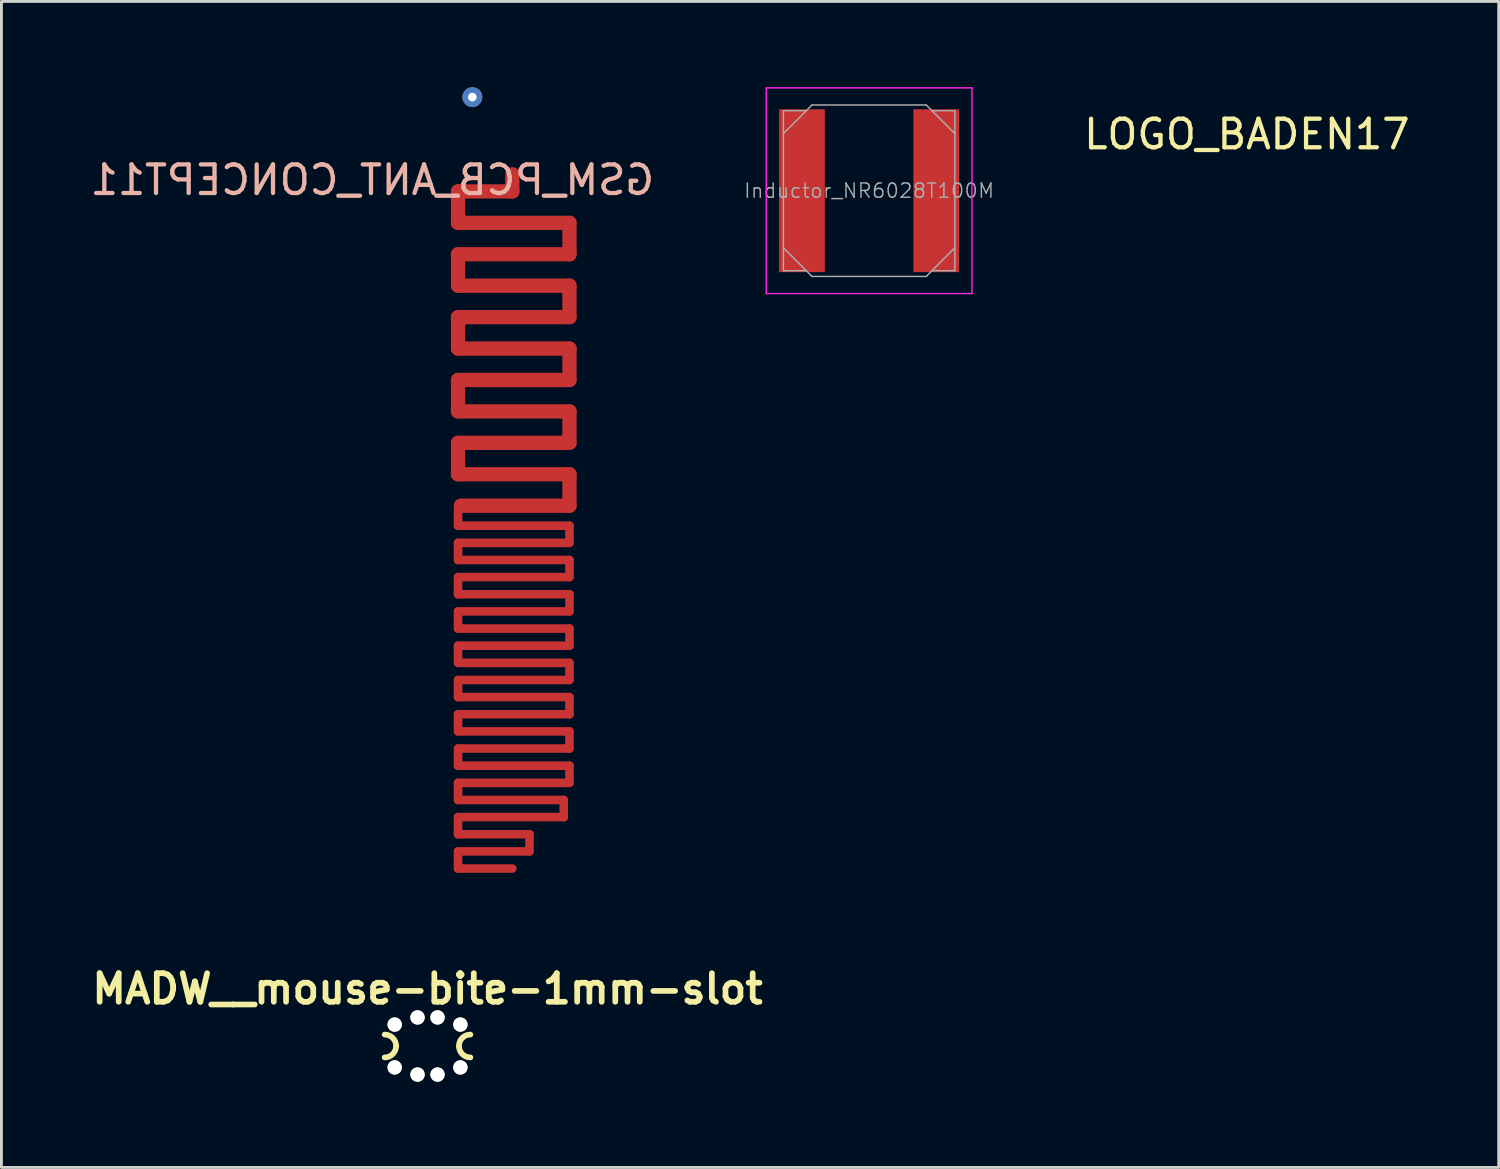
<source format=kicad_pcb>
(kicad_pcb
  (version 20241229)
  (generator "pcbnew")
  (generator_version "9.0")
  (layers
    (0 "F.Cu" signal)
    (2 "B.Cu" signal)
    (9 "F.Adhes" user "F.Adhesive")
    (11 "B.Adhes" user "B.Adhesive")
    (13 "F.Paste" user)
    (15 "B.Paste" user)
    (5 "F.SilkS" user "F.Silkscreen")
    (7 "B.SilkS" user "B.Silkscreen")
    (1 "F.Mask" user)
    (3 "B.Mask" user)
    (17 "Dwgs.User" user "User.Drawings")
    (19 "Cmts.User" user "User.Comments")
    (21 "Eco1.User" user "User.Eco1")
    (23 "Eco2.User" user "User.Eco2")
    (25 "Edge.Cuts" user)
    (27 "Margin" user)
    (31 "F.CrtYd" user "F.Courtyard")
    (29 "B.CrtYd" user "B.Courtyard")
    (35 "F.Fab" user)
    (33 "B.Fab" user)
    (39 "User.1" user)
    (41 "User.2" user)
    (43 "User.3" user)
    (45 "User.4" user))
  (footprint "LOGO_BADEN17"
    (layer "F.Cu")
    (at 40.592 0.3)
    (property "Reference" "LOGO_BADEN17" (at 0 1.35 0) (layer "F.SilkS") (effects (font (size 1 1) (thickness 0.15))))
    (attr through_hole)
    (fp_line (start -1.05 -0.25) (end -1.05 0.2) (stroke (width 0.1) (type solid)) (layer "F.Mask"))
    (fp_line (start -1.05 -0.05) (end -0.95 -0.05) (stroke (width 0.1) (type solid)) (layer "F.Mask"))
    (fp_line (start -1.05 0.2) (end -0.95 0.2) (stroke (width 0.1) (type solid)) (layer "F.Mask"))
    (fp_line (start -0.95 -0.25) (end -1.05 -0.25) (stroke (width 0.1) (type solid)) (layer "F.Mask"))
    (fp_line (start -0.95 -0.05) (end -0.85 0.05) (stroke (width 0.1) (type solid)) (layer "F.Mask"))
    (fp_line (start -0.95 0.2) (end -0.85 0.1) (stroke (width 0.1) (type solid)) (layer "F.Mask"))
    (fp_line (start -0.85 -0.15) (end -0.95 -0.25) (stroke (width 0.1) (type solid)) (layer "F.Mask"))
    (fp_line (start -0.85 -0.15) (end -0.95 -0.05) (stroke (width 0.1) (type solid)) (layer "F.Mask"))
    (fp_line (start -0.85 0.1) (end -0.85 0.05) (stroke (width 0.1) (type solid)) (layer "F.Mask"))
    (fp_line (start -0.65 -0.15) (end -0.65 0.2) (stroke (width 0.1) (type solid)) (layer "F.Mask"))
    (fp_line (start -0.65 0) (end -0.45 0) (stroke (width 0.1) (type solid)) (layer "F.Mask"))
    (fp_line (start -0.55 -0.25) (end -0.65 -0.15) (stroke (width 0.1) (type solid)) (layer "F.Mask"))
    (fp_line (start -0.55 -0.25) (end -0.45 -0.25) (stroke (width 0.1) (type solid)) (layer "F.Mask"))
    (fp_line (start -0.45 0.2) (end -0.45 -0.25) (stroke (width 0.1) (type solid)) (layer "F.Mask"))
    (fp_line (start -0.25 -0.25) (end -0.25 0.2) (stroke (width 0.1) (type solid)) (layer "F.Mask"))
    (fp_line (start -0.25 0.2) (end -0.15 0.2) (stroke (width 0.1) (type solid)) (layer "F.Mask"))
    (fp_line (start -0.15 -0.25) (end -0.25 -0.25) (stroke (width 0.1) (type solid)) (layer "F.Mask"))
    (fp_line (start -0.15 0.2) (end -0.05 0.1) (stroke (width 0.1) (type solid)) (layer "F.Mask"))
    (fp_line (start -0.05 -0.15) (end -0.15 -0.25) (stroke (width 0.1) (type solid)) (layer "F.Mask"))
    (fp_line (start -0.05 0.1) (end -0.05 -0.15) (stroke (width 0.1) (type solid)) (layer "F.Mask"))
    (fp_line (start 0.15 -0.25) (end 0.15 0.2) (stroke (width 0.1) (type solid)) (layer "F.Mask"))
    (fp_line (start 0.15 -0.025) (end 0.25 -0.025) (stroke (width 0.1) (type solid)) (layer "F.Mask"))
    (fp_line (start 0.15 0.2) (end 0.35 0.2) (stroke (width 0.1) (type solid)) (layer "F.Mask"))
    (fp_line (start 0.35 -0.25) (end 0.15 -0.25) (stroke (width 0.1) (type solid)) (layer "F.Mask"))
    (fp_line (start 0.55 -0.25) (end 0.55 0.2) (stroke (width 0.1) (type solid)) (layer "F.Mask"))
    (fp_line (start 0.75 0.125) (end 0.55 -0.175) (stroke (width 0.1) (type solid)) (layer "F.Mask"))
    (fp_line (start 0.75 0.2) (end 0.75 -0.25) (stroke (width 0.1) (type solid)) (layer "F.Mask"))
    (fp_line (start 0.95 -0.15) (end 0.95 -0.25) (stroke (width 0.1) (type solid)) (layer "F.Mask"))
    (fp_line (start 1.15 -0.25) (end 1.15 0.2) (stroke (width 0.1) (type solid)) (layer "F.Mask"))
    (fp_line (start 1.4 0.2) (end 1.55 -0.25) (stroke (width 0.1) (type solid)) (layer "F.Mask"))
    (fp_line (start 1.55 -0.25) (end 1.35 -0.25) (stroke (width 0.1) (type solid)) (layer "F.Mask")))
  (footprint "GSM_PCB_ANT_CONCEPT11"
    (layer "F.Cu")
    (at 14.882 3.05)
    (property "Reference" "GSM_PCB_ANT_CONCEPT11" (at -4.9 0.2 0) (layer "B.SilkS") (effects (font (size 1 1) (thickness 0.15)) (justify mirror)))
    (attr through_hole)
    (fp_line (start -1.9 0.6) (end -1.9 1.7) (stroke (width 0.5) (type solid)) (layer "F.Cu"))
    (fp_line (start -1.9 2.8) (end -1.9 3.9) (stroke (width 0.5) (type solid)) (layer "F.Cu"))
    (fp_line (start -1.9 5) (end -1.9 6.1) (stroke (width 0.5) (type solid)) (layer "F.Cu"))
    (fp_line (start -1.9 7.2) (end -1.9 8.3) (stroke (width 0.5) (type solid)) (layer "F.Cu"))
    (fp_line (start -1.9 9.4) (end -1.9 10.5) (stroke (width 0.5) (type solid)) (layer "F.Cu"))
    (fp_line (start -1.9 11.7) (end -1.9 12.3) (stroke (width 0.3) (type solid)) (layer "F.Cu"))
    (fp_line (start -1.9 12.9) (end -1.9 13.5) (stroke (width 0.3) (type solid)) (layer "F.Cu"))
    (fp_line (start -1.9 14.1) (end -1.9 14.7) (stroke (width 0.3) (type solid)) (layer "F.Cu"))
    (fp_line (start -1.9 15.3) (end -1.9 15.9) (stroke (width 0.3) (type solid)) (layer "F.Cu"))
    (fp_line (start -1.9 16.5) (end -1.9 17.1) (stroke (width 0.3) (type solid)) (layer "F.Cu"))
    (fp_line (start -1.9 17.7) (end -1.9 18.3) (stroke (width 0.3) (type solid)) (layer "F.Cu"))
    (fp_line (start -1.9 18.9) (end -1.9 19.5) (stroke (width 0.3) (type solid)) (layer "F.Cu"))
    (fp_line (start -1.9 20.1) (end -1.9 20.7) (stroke (width 0.3) (type solid)) (layer "F.Cu"))
    (fp_line (start -1.9 21.3) (end -1.9 21.9) (stroke (width 0.3) (type solid)) (layer "F.Cu"))
    (fp_line (start -1.9 22.5) (end -1.9 23.1) (stroke (width 0.3) (type solid)) (layer "F.Cu"))
    (fp_line (start -1.9 23.7) (end -1.9 24.3) (stroke (width 0.3) (type solid)) (layer "F.Cu"))
    (fp_line (start 0 0) (end 0 0.6) (stroke (width 0.5) (type solid)) (layer "F.Cu"))
    (fp_line (start 0 0.6) (end -1.9 0.6) (stroke (width 0.5) (type solid)) (layer "F.Cu"))
    (fp_line (start 0 24.3) (end -1.9 24.3) (stroke (width 0.3) (type solid)) (layer "F.Cu"))
    (fp_line (start 0.6 23.1) (end -1.9 23.1) (stroke (width 0.3) (type solid)) (layer "F.Cu"))
    (fp_line (start 0.6 23.1) (end 0.6 23.7) (stroke (width 0.3) (type solid)) (layer "F.Cu"))
    (fp_line (start 0.6 23.7) (end -1.9 23.7) (stroke (width 0.3) (type solid)) (layer "F.Cu"))
    (fp_line (start 1.8 21.9) (end -1.9 21.9) (stroke (width 0.3) (type solid)) (layer "F.Cu"))
    (fp_line (start 1.8 21.9) (end 1.8 22.5) (stroke (width 0.3) (type solid)) (layer "F.Cu"))
    (fp_line (start 1.8 22.5) (end -1.9 22.5) (stroke (width 0.3) (type solid)) (layer "F.Cu"))
    (fp_line (start 2 1.7) (end -1.9 1.7) (stroke (width 0.5) (type solid)) (layer "F.Cu"))
    (fp_line (start 2 1.7) (end 2 2.8) (stroke (width 0.5) (type solid)) (layer "F.Cu"))
    (fp_line (start 2 2.8) (end -1.9 2.8) (stroke (width 0.5) (type solid)) (layer "F.Cu"))
    (fp_line (start 2 3.9) (end -1.9 3.9) (stroke (width 0.5) (type solid)) (layer "F.Cu"))
    (fp_line (start 2 3.9) (end 2 5) (stroke (width 0.5) (type solid)) (layer "F.Cu"))
    (fp_line (start 2 5) (end -1.9 5) (stroke (width 0.5) (type solid)) (layer "F.Cu"))
    (fp_line (start 2 6.1) (end -1.9 6.1) (stroke (width 0.5) (type solid)) (layer "F.Cu"))
    (fp_line (start 2 6.1) (end 2 7.2) (stroke (width 0.5) (type solid)) (layer "F.Cu"))
    (fp_line (start 2 7.2) (end -1.9 7.2) (stroke (width 0.5) (type solid)) (layer "F.Cu"))
    (fp_line (start 2 8.3) (end -1.9 8.3) (stroke (width 0.5) (type solid)) (layer "F.Cu"))
    (fp_line (start 2 8.3) (end 2 9.4) (stroke (width 0.5) (type solid)) (layer "F.Cu"))
    (fp_line (start 2 9.4) (end -1.9 9.4) (stroke (width 0.5) (type solid)) (layer "F.Cu"))
    (fp_line (start 2 10.5) (end -1.9 10.5) (stroke (width 0.5) (type solid)) (layer "F.Cu"))
    (fp_line (start 2 10.5) (end 2 11.6) (stroke (width 0.5) (type solid)) (layer "F.Cu"))
    (fp_line (start 2 11.6) (end -1.8 11.6) (stroke (width 0.5) (type solid)) (layer "F.Cu"))
    (fp_line (start 2 12.3) (end -1.9 12.3) (stroke (width 0.3) (type solid)) (layer "F.Cu"))
    (fp_line (start 2 12.3) (end 2 12.9) (stroke (width 0.3) (type solid)) (layer "F.Cu"))
    (fp_line (start 2 12.9) (end -1.9 12.9) (stroke (width 0.3) (type solid)) (layer "F.Cu"))
    (fp_line (start 2 13.5) (end -1.9 13.5) (stroke (width 0.3) (type solid)) (layer "F.Cu"))
    (fp_line (start 2 13.5) (end 2 14.1) (stroke (width 0.3) (type solid)) (layer "F.Cu"))
    (fp_line (start 2 14.1) (end -1.9 14.1) (stroke (width 0.3) (type solid)) (layer "F.Cu"))
    (fp_line (start 2 14.7) (end -1.9 14.7) (stroke (width 0.3) (type solid)) (layer "F.Cu"))
    (fp_line (start 2 14.7) (end 2 15.3) (stroke (width 0.3) (type solid)) (layer "F.Cu"))
    (fp_line (start 2 15.3) (end -1.9 15.3) (stroke (width 0.3) (type solid)) (layer "F.Cu"))
    (fp_line (start 2 15.9) (end -1.9 15.9) (stroke (width 0.3) (type solid)) (layer "F.Cu"))
    (fp_line (start 2 15.9) (end 2 16.5) (stroke (width 0.3) (type solid)) (layer "F.Cu"))
    (fp_line (start 2 16.5) (end -1.9 16.5) (stroke (width 0.3) (type solid)) (layer "F.Cu"))
    (fp_line (start 2 17.1) (end -1.9 17.1) (stroke (width 0.3) (type solid)) (layer "F.Cu"))
    (fp_line (start 2 17.1) (end 2 17.7) (stroke (width 0.3) (type solid)) (layer "F.Cu"))
    (fp_line (start 2 17.7) (end -1.9 17.7) (stroke (width 0.3) (type solid)) (layer "F.Cu"))
    (fp_line (start 2 18.3) (end -1.9 18.3) (stroke (width 0.3) (type solid)) (layer "F.Cu"))
    (fp_line (start 2 18.3) (end 2 18.9) (stroke (width 0.3) (type solid)) (layer "F.Cu"))
    (fp_line (start 2 18.9) (end -1.9 18.9) (stroke (width 0.3) (type solid)) (layer "F.Cu"))
    (fp_line (start 2 19.5) (end -1.9 19.5) (stroke (width 0.3) (type solid)) (layer "F.Cu"))
    (fp_line (start 2 19.5) (end 2 20.1) (stroke (width 0.3) (type solid)) (layer "F.Cu"))
    (fp_line (start 2 20.1) (end -1.9 20.1) (stroke (width 0.3) (type solid)) (layer "F.Cu"))
    (fp_line (start 2 20.7) (end -1.9 20.7) (stroke (width 0.3) (type solid)) (layer "F.Cu"))
    (fp_line (start 2 20.7) (end 2 21.3) (stroke (width 0.3) (type solid)) (layer "F.Cu"))
    (fp_line (start 2 21.3) (end -1.9 21.3) (stroke (width 0.3) (type solid)) (layer "F.Cu"))
    (fp_line (start -2.15 -2.3) (end -2.15 22.6) (stroke (width 0.05) (type solid)) (layer "Eco1.User"))
    (fp_line (start -2.15 -2.3) (end 2.25 -2.3) (stroke (width 0.05) (type solid)) (layer "Eco1.User"))
    (fp_line (start -2.15 22.6) (end 2.05 22.6) (stroke (width 0.05) (type solid)) (layer "Eco1.User"))
    (fp_line (start -2.15 22.7) (end -2.15 22.8) (stroke (width 0.05) (type solid)) (layer "Eco1.User"))
    (fp_line (start -2.15 22.95) (end -2.15 23.05) (stroke (width 0.05) (type solid)) (layer "Eco1.User"))
    (fp_line (start -2.15 23.2) (end -2.15 23.3) (stroke (width 0.05) (type solid)) (layer "Eco1.User"))
    (fp_line (start -2.15 23.45) (end -2.15 23.55) (stroke (width 0.05) (type solid)) (layer "Eco1.User"))
    (fp_line (start -2.15 23.7) (end -2.15 23.8) (stroke (width 0.05) (type solid)) (layer "Eco1.User"))
    (fp_line (start -2.15 23.95) (end -2.15 24.05) (stroke (width 0.05) (type solid)) (layer "Eco1.User"))
    (fp_line (start -2.15 24.2) (end -2.15 24.3) (stroke (width 0.05) (type solid)) (layer "Eco1.User"))
    (fp_line (start -2.15 24.45) (end -2.15 24.55) (stroke (width 0.05) (type solid)) (layer "Eco1.User"))
    (fp_line (start -2.15 24.55) (end -2.05 24.55) (stroke (width 0.05) (type solid)) (layer "Eco1.User"))
    (fp_line (start -1.9 24.55) (end -1.8 24.55) (stroke (width 0.05) (type solid)) (layer "Eco1.User"))
    (fp_line (start -1.65 24.55) (end -1.55 24.55) (stroke (width 0.05) (type solid)) (layer "Eco1.User"))
    (fp_line (start -1.4 24.55) (end -1.3 24.55) (stroke (width 0.05) (type solid)) (layer "Eco1.User"))
    (fp_line (start -1.15 24.55) (end -1.05 24.55) (stroke (width 0.05) (type solid)) (layer "Eco1.User"))
    (fp_line (start -0.9 24.55) (end -0.8 24.55) (stroke (width 0.05) (type solid)) (layer "Eco1.User"))
    (fp_line (start -0.65 24.55) (end -0.55 24.55) (stroke (width 0.05) (type solid)) (layer "Eco1.User"))
    (fp_line (start -0.45 -0.325) (end -0.45 0.325) (stroke (width 0.05) (type solid)) (layer "Eco1.User"))
    (fp_line (start -0.45 -0.325) (end 0.45 -0.325) (stroke (width 0.05) (type solid)) (layer "Eco1.User"))
    (fp_line (start -0.45 0.325) (end 0.45 0.325) (stroke (width 0.05) (type solid)) (layer "Eco1.User"))
    (fp_line (start -0.4 24.55) (end -0.3 24.55) (stroke (width 0.05) (type solid)) (layer "Eco1.User"))
    (fp_line (start -0.15 24.55) (end -0.05 24.55) (stroke (width 0.05) (type solid)) (layer "Eco1.User"))
    (fp_line (start 0.1 24.55) (end 0.15 24.55) (stroke (width 0.05) (type solid)) (layer "Eco1.User"))
    (fp_line (start 0.275 24.375) (end 0.2 24.45) (stroke (width 0.05) (type solid)) (layer "Eco1.User"))
    (fp_line (start 0.45 -0.325) (end 0.45 0.325) (stroke (width 0.05) (type solid)) (layer "Eco1.User"))
    (fp_line (start 0.45 24.2) (end 0.375 24.275) (stroke (width 0.05) (type solid)) (layer "Eco1.User"))
    (fp_line (start 0.625 24.025) (end 0.55 24.1) (stroke (width 0.05) (type solid)) (layer "Eco1.User"))
    (fp_line (start 0.8 23.85) (end 0.725 23.925) (stroke (width 0.05) (type solid)) (layer "Eco1.User"))
    (fp_line (start 0.975 23.675) (end 0.9 23.75) (stroke (width 0.05) (type solid)) (layer "Eco1.User"))
    (fp_line (start 1.15 23.5) (end 1.075 23.575) (stroke (width 0.05) (type solid)) (layer "Eco1.User"))
    (fp_line (start 1.325 23.325) (end 1.25 23.4) (stroke (width 0.05) (type solid)) (layer "Eco1.User"))
    (fp_line (start 1.525 23.125) (end 1.45 23.2) (stroke (width 0.05) (type solid)) (layer "Eco1.User"))
    (fp_line (start 1.725 22.925) (end 1.65 23) (stroke (width 0.05) (type solid)) (layer "Eco1.User"))
    (fp_line (start 1.913 22.738) (end 1.837 22.812) (stroke (width 0.05) (type solid)) (layer "Eco1.User"))
    (fp_line (start 2.25 -2.3) (end 2.25 22.4) (stroke (width 0.05) (type solid)) (layer "Eco1.User"))
    (fp_line (start 2.25 22.4) (end 2.05 22.6) (stroke (width 0.05) (type solid)) (layer "Eco1.User"))
    (pad "1" smd rect (at 0 0) (size 0.2 0.2) (layers "F.Cu"))
    (pad "2" thru_hole circle (at -1.4 -2.7) (size 0.7 0.7) (drill 0.3) (layers "*.Cu")))
  (footprint "MADW__mouse-bite-1mm-slot"
    (layer "F.Cu")
    (at 11.914 33.561)
    (property "Reference" "MADW__mouse-bite-1mm-slot" (at 0 -2 0) (layer "F.SilkS") (effects (font (size 1 1) (thickness 0.2))))
    (attr through_hole)
    (fp_arc (start -1.5 -0.4) (mid -1.217157 -0.282843) (end -1.1 0) (stroke (width 0.2) (type solid)) (layer "F.SilkS"))
    (fp_arc (start -1.1 0) (mid -1.217157 0.282843) (end -1.5 0.4) (stroke (width 0.2) (type solid)) (layer "F.SilkS"))
    (fp_arc (start 1.1 0) (mid 1.217157 -0.282843) (end 1.5 -0.4) (stroke (width 0.2) (type solid)) (layer "F.SilkS"))
    (fp_arc (start 1.5 0.4) (mid 1.217157 0.282843) (end 1.1 0) (stroke (width 0.2) (type solid)) (layer "F.SilkS"))
    (fp_line (start -1.5 0) (end -1.5 0) (stroke (width 1) (type solid)) (layer "Eco1.User"))
    (fp_line (start 1.5 0) (end 1.5 0) (stroke (width 1) (type solid)) (layer "Eco1.User"))
    (pad "" np_thru_hole circle (at -1.15 -0.75) (size 0.5 0.5) (drill 0.5) (layers "*.Cu" "*.Mask" "F.SilkS"))
    (pad "" np_thru_hole circle (at -1.15 0.75) (size 0.5 0.5) (drill 0.5) (layers "*.Cu" "*.Mask" "F.SilkS"))
    (pad "" np_thru_hole circle (at -0.35 -1) (size 0.5 0.5) (drill 0.5) (layers "*.Cu" "*.Mask" "F.SilkS"))
    (pad "" np_thru_hole circle (at -0.35 1) (size 0.5 0.5) (drill 0.5) (layers "*.Cu" "*.Mask" "F.SilkS"))
    (pad "" np_thru_hole circle (at 0.35 -1) (size 0.5 0.5) (drill 0.5) (layers "*.Cu" "*.Mask" "F.SilkS"))
    (pad "" np_thru_hole circle (at 0.35 1) (size 0.5 0.5) (drill 0.5) (layers "*.Cu" "*.Mask" "F.SilkS"))
    (pad "" np_thru_hole circle (at 1.15 -0.75) (size 0.5 0.5) (drill 0.5) (layers "*.Cu" "*.Mask" "F.SilkS"))
    (pad "" np_thru_hole circle (at 1.15 0.75) (size 0.5 0.5) (drill 0.5) (layers "*.Cu" "*.Mask" "F.SilkS")))
  (footprint "Inductor_NR6028T100M"
    (layer "F.Cu")
    (at 27.37 3.625)
    (property "Reference" "Inductor_NR6028T100M" (at 0 0 0) (layer "F.Fab") (effects (font (size 0.5 0.5) (thickness 0.05))))
    (attr through_hole)
    (fp_line (start -3.6 -3.6) (end 3.6 -3.6) (stroke (width 0.05) (type solid)) (layer "F.CrtYd"))
    (fp_line (start -3.6 3.6) (end -3.6 -3.6) (stroke (width 0.05) (type solid)) (layer "F.CrtYd"))
    (fp_line (start 3.6 -3.6) (end 3.6 3.6) (stroke (width 0.05) (type solid)) (layer "F.CrtYd"))
    (fp_line (start 3.6 3.6) (end -3.6 3.6) (stroke (width 0.05) (type solid)) (layer "F.CrtYd"))
    (fp_line (start -3 -2.8) (end -2.2 -2.8) (stroke (width 0.05) (type solid)) (layer "F.Fab"))
    (fp_line (start -3 2.8) (end -3 -2.8) (stroke (width 0.05) (type solid)) (layer "F.Fab"))
    (fp_line (start -3 2.8) (end -2.2 2.8) (stroke (width 0.05) (type solid)) (layer "F.Fab"))
    (fp_line (start -2 -3) (end -3 -2) (stroke (width 0.05) (type solid)) (layer "F.Fab"))
    (fp_line (start -2 -3) (end 2 -3) (stroke (width 0.05) (type solid)) (layer "F.Fab"))
    (fp_line (start -2 3) (end -3 2) (stroke (width 0.05) (type solid)) (layer "F.Fab"))
    (fp_line (start 2 3) (end -2 3) (stroke (width 0.05) (type solid)) (layer "F.Fab"))
    (fp_line (start 2.2 -2.8) (end 3 -2.8) (stroke (width 0.05) (type solid)) (layer "F.Fab"))
    (fp_line (start 2.2 2.8) (end 3 2.8) (stroke (width 0.05) (type solid)) (layer "F.Fab"))
    (fp_line (start 3 -2.8) (end 3 2.8) (stroke (width 0.05) (type solid)) (layer "F.Fab"))
    (fp_line (start 3 -2) (end 2 -3) (stroke (width 0.05) (type solid)) (layer "F.Fab"))
    (fp_line (start 3 2) (end 2 3) (stroke (width 0.05) (type solid)) (layer "F.Fab"))
    (pad "1" smd rect (at -2.35 0) (size 1.6 5.7) (layers "F.Cu" "F.Mask" "F.Paste"))
    (pad "2" smd rect (at 2.35 0) (size 1.6 5.7) (layers "F.Cu" "F.Mask" "F.Paste")))
  (gr_rect
    (start -3 -3)
    (end 49.407 37.811)
    (stroke (width 0.1) (type default))
    (fill no)
    (layer "Edge.Cuts")))
</source>
